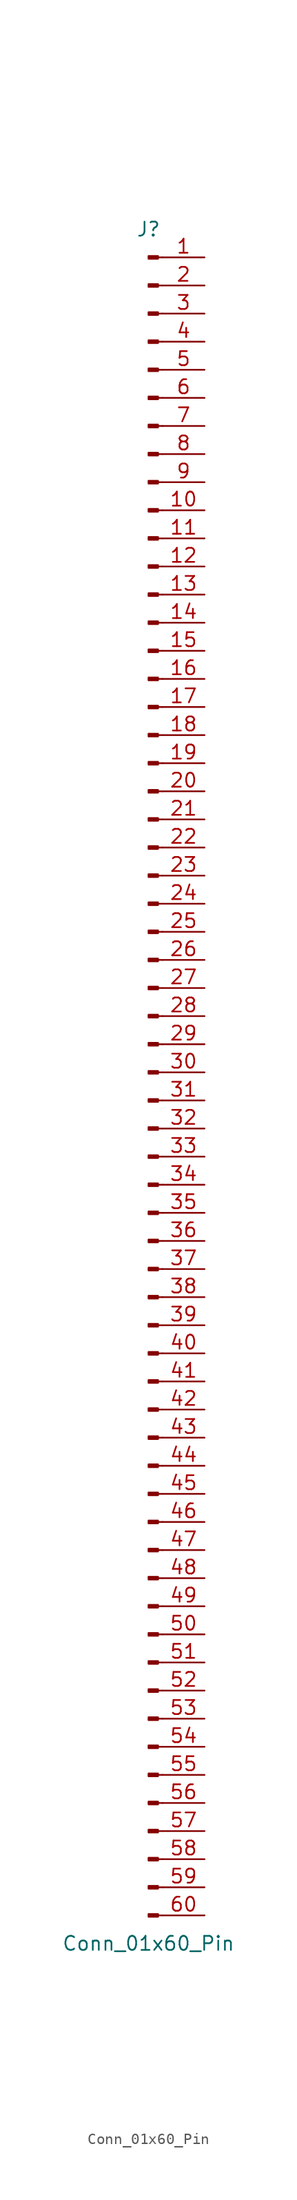
<source format=kicad_sym>
(kicad_symbol_lib
  (version 20220914)
  (generator kicad_symbol_editor)
  (symbol "Conn_01x60_Pin"
    (pin_names
      (offset 1.016) hide)
    (property "Reference" "J"
      (at 0 76.2 0)
      (effects (font (size 1.27 1.27))))
    (property "Value" "Conn_01x60_Pin"
      (at 0 -78.74 0)
      (effects (font (size 1.27 1.27))))
    (property "ki_locked" ""
      (at 0 0 0)
      (effects (font (size 1.27 1.27))))
    (symbol "Conn_01x60_Pin_1_1"
      (polyline (pts (xy 1.27 -76.2) (xy 0.864 -76.2)) (stroke (width 0.152) (type default)) (fill (type none)))
      (polyline (pts (xy 1.27 -73.66) (xy 0.864 -73.66)) (stroke (width 0.152) (type default)) (fill (type none)))
      (polyline (pts (xy 1.27 -71.12) (xy 0.864 -71.12)) (stroke (width 0.152) (type default)) (fill (type none)))
      (polyline (pts (xy 1.27 -68.58) (xy 0.864 -68.58)) (stroke (width 0.152) (type default)) (fill (type none)))
      (polyline (pts (xy 1.27 -66.04) (xy 0.864 -66.04)) (stroke (width 0.152) (type default)) (fill (type none)))
      (polyline (pts (xy 1.27 -63.5) (xy 0.864 -63.5)) (stroke (width 0.152) (type default)) (fill (type none)))
      (polyline (pts (xy 1.27 -60.96) (xy 0.864 -60.96)) (stroke (width 0.152) (type default)) (fill (type none)))
      (polyline (pts (xy 1.27 -58.42) (xy 0.864 -58.42)) (stroke (width 0.152) (type default)) (fill (type none)))
      (polyline (pts (xy 1.27 -55.88) (xy 0.864 -55.88)) (stroke (width 0.152) (type default)) (fill (type none)))
      (polyline (pts (xy 1.27 -53.34) (xy 0.864 -53.34)) (stroke (width 0.152) (type default)) (fill (type none)))
      (polyline (pts (xy 1.27 -50.8) (xy 0.864 -50.8)) (stroke (width 0.152) (type default)) (fill (type none)))
      (polyline (pts (xy 1.27 -48.26) (xy 0.864 -48.26)) (stroke (width 0.152) (type default)) (fill (type none)))
      (polyline (pts (xy 1.27 -45.72) (xy 0.864 -45.72)) (stroke (width 0.152) (type default)) (fill (type none)))
      (polyline (pts (xy 1.27 -43.18) (xy 0.864 -43.18)) (stroke (width 0.152) (type default)) (fill (type none)))
      (polyline (pts (xy 1.27 -40.64) (xy 0.864 -40.64)) (stroke (width 0.152) (type default)) (fill (type none)))
      (polyline (pts (xy 1.27 -38.1) (xy 0.864 -38.1)) (stroke (width 0.152) (type default)) (fill (type none)))
      (polyline (pts (xy 1.27 -35.56) (xy 0.864 -35.56)) (stroke (width 0.152) (type default)) (fill (type none)))
      (polyline (pts (xy 1.27 -33.02) (xy 0.864 -33.02)) (stroke (width 0.152) (type default)) (fill (type none)))
      (polyline (pts (xy 1.27 -30.48) (xy 0.864 -30.48)) (stroke (width 0.152) (type default)) (fill (type none)))
      (polyline (pts (xy 1.27 -27.94) (xy 0.864 -27.94)) (stroke (width 0.152) (type default)) (fill (type none)))
      (polyline (pts (xy 1.27 -25.4) (xy 0.864 -25.4)) (stroke (width 0.152) (type default)) (fill (type none)))
      (polyline (pts (xy 1.27 -22.86) (xy 0.864 -22.86)) (stroke (width 0.152) (type default)) (fill (type none)))
      (polyline (pts (xy 1.27 -20.32) (xy 0.864 -20.32)) (stroke (width 0.152) (type default)) (fill (type none)))
      (polyline (pts (xy 1.27 -17.78) (xy 0.864 -17.78)) (stroke (width 0.152) (type default)) (fill (type none)))
      (polyline (pts (xy 1.27 -15.24) (xy 0.864 -15.24)) (stroke (width 0.152) (type default)) (fill (type none)))
      (polyline (pts (xy 1.27 -12.7) (xy 0.864 -12.7)) (stroke (width 0.152) (type default)) (fill (type none)))
      (polyline (pts (xy 1.27 -10.16) (xy 0.864 -10.16)) (stroke (width 0.152) (type default)) (fill (type none)))
      (polyline (pts (xy 1.27 -7.62) (xy 0.864 -7.62)) (stroke (width 0.152) (type default)) (fill (type none)))
      (polyline (pts (xy 1.27 -5.08) (xy 0.864 -5.08)) (stroke (width 0.152) (type default)) (fill (type none)))
      (polyline (pts (xy 1.27 -2.54) (xy 0.864 -2.54)) (stroke (width 0.152) (type default)) (fill (type none)))
      (polyline (pts (xy 1.27 0) (xy 0.864 0)) (stroke (width 0.152) (type default)) (fill (type none)))
      (polyline (pts (xy 1.27 2.54) (xy 0.864 2.54)) (stroke (width 0.152) (type default)) (fill (type none)))
      (polyline (pts (xy 1.27 5.08) (xy 0.864 5.08)) (stroke (width 0.152) (type default)) (fill (type none)))
      (polyline (pts (xy 1.27 7.62) (xy 0.864 7.62)) (stroke (width 0.152) (type default)) (fill (type none)))
      (polyline (pts (xy 1.27 10.16) (xy 0.864 10.16)) (stroke (width 0.152) (type default)) (fill (type none)))
      (polyline (pts (xy 1.27 12.7) (xy 0.864 12.7)) (stroke (width 0.152) (type default)) (fill (type none)))
      (polyline (pts (xy 1.27 15.24) (xy 0.864 15.24)) (stroke (width 0.152) (type default)) (fill (type none)))
      (polyline (pts (xy 1.27 17.78) (xy 0.864 17.78)) (stroke (width 0.152) (type default)) (fill (type none)))
      (polyline (pts (xy 1.27 20.32) (xy 0.864 20.32)) (stroke (width 0.152) (type default)) (fill (type none)))
      (polyline (pts (xy 1.27 22.86) (xy 0.864 22.86)) (stroke (width 0.152) (type default)) (fill (type none)))
      (polyline (pts (xy 1.27 25.4) (xy 0.864 25.4)) (stroke (width 0.152) (type default)) (fill (type none)))
      (polyline (pts (xy 1.27 27.94) (xy 0.864 27.94)) (stroke (width 0.152) (type default)) (fill (type none)))
      (polyline (pts (xy 1.27 30.48) (xy 0.864 30.48)) (stroke (width 0.152) (type default)) (fill (type none)))
      (polyline (pts (xy 1.27 33.02) (xy 0.864 33.02)) (stroke (width 0.152) (type default)) (fill (type none)))
      (polyline (pts (xy 1.27 35.56) (xy 0.864 35.56)) (stroke (width 0.152) (type default)) (fill (type none)))
      (polyline (pts (xy 1.27 38.1) (xy 0.864 38.1)) (stroke (width 0.152) (type default)) (fill (type none)))
      (polyline (pts (xy 1.27 40.64) (xy 0.864 40.64)) (stroke (width 0.152) (type default)) (fill (type none)))
      (polyline (pts (xy 1.27 43.18) (xy 0.864 43.18)) (stroke (width 0.152) (type default)) (fill (type none)))
      (polyline (pts (xy 1.27 45.72) (xy 0.864 45.72)) (stroke (width 0.152) (type default)) (fill (type none)))
      (polyline (pts (xy 1.27 48.26) (xy 0.864 48.26)) (stroke (width 0.152) (type default)) (fill (type none)))
      (polyline (pts (xy 1.27 50.8) (xy 0.864 50.8)) (stroke (width 0.152) (type default)) (fill (type none)))
      (polyline (pts (xy 1.27 53.34) (xy 0.864 53.34)) (stroke (width 0.152) (type default)) (fill (type none)))
      (polyline (pts (xy 1.27 55.88) (xy 0.864 55.88)) (stroke (width 0.152) (type default)) (fill (type none)))
      (polyline (pts (xy 1.27 58.42) (xy 0.864 58.42)) (stroke (width 0.152) (type default)) (fill (type none)))
      (polyline (pts (xy 1.27 60.96) (xy 0.864 60.96)) (stroke (width 0.152) (type default)) (fill (type none)))
      (polyline (pts (xy 1.27 63.5) (xy 0.864 63.5)) (stroke (width 0.152) (type default)) (fill (type none)))
      (polyline (pts (xy 1.27 66.04) (xy 0.864 66.04)) (stroke (width 0.152) (type default)) (fill (type none)))
      (polyline (pts (xy 1.27 68.58) (xy 0.864 68.58)) (stroke (width 0.152) (type default)) (fill (type none)))
      (polyline (pts (xy 1.27 71.12) (xy 0.864 71.12)) (stroke (width 0.152) (type default)) (fill (type none)))
      (polyline (pts (xy 1.27 73.66) (xy 0.864 73.66)) (stroke (width 0.152) (type default)) (fill (type none)))
      (rectangle (start 0.864 -76.073) (end 0 -76.327) (stroke (width 0.152) (type default)) (fill (type outline)))
      (rectangle (start 0.864 -73.533) (end 0 -73.787) (stroke (width 0.152) (type default)) (fill (type outline)))
      (rectangle (start 0.864 -70.993) (end 0 -71.247) (stroke (width 0.152) (type default)) (fill (type outline)))
      (rectangle (start 0.864 -68.453) (end 0 -68.707) (stroke (width 0.152) (type default)) (fill (type outline)))
      (rectangle (start 0.864 -65.913) (end 0 -66.167) (stroke (width 0.152) (type default)) (fill (type outline)))
      (rectangle (start 0.864 -63.373) (end 0 -63.627) (stroke (width 0.152) (type default)) (fill (type outline)))
      (rectangle (start 0.864 -60.833) (end 0 -61.087) (stroke (width 0.152) (type default)) (fill (type outline)))
      (rectangle (start 0.864 -58.293) (end 0 -58.547) (stroke (width 0.152) (type default)) (fill (type outline)))
      (rectangle (start 0.864 -55.753) (end 0 -56.007) (stroke (width 0.152) (type default)) (fill (type outline)))
      (rectangle (start 0.864 -53.213) (end 0 -53.467) (stroke (width 0.152) (type default)) (fill (type outline)))
      (rectangle (start 0.864 -50.673) (end 0 -50.927) (stroke (width 0.152) (type default)) (fill (type outline)))
      (rectangle (start 0.864 -48.133) (end 0 -48.387) (stroke (width 0.152) (type default)) (fill (type outline)))
      (rectangle (start 0.864 -45.593) (end 0 -45.847) (stroke (width 0.152) (type default)) (fill (type outline)))
      (rectangle (start 0.864 -43.053) (end 0 -43.307) (stroke (width 0.152) (type default)) (fill (type outline)))
      (rectangle (start 0.864 -40.513) (end 0 -40.767) (stroke (width 0.152) (type default)) (fill (type outline)))
      (rectangle (start 0.864 -37.973) (end 0 -38.227) (stroke (width 0.152) (type default)) (fill (type outline)))
      (rectangle (start 0.864 -35.433) (end 0 -35.687) (stroke (width 0.152) (type default)) (fill (type outline)))
      (rectangle (start 0.864 -32.893) (end 0 -33.147) (stroke (width 0.152) (type default)) (fill (type outline)))
      (rectangle (start 0.864 -30.353) (end 0 -30.607) (stroke (width 0.152) (type default)) (fill (type outline)))
      (rectangle (start 0.864 -27.813) (end 0 -28.067) (stroke (width 0.152) (type default)) (fill (type outline)))
      (rectangle (start 0.864 -25.273) (end 0 -25.527) (stroke (width 0.152) (type default)) (fill (type outline)))
      (rectangle (start 0.864 -22.733) (end 0 -22.987) (stroke (width 0.152) (type default)) (fill (type outline)))
      (rectangle (start 0.864 -20.193) (end 0 -20.447) (stroke (width 0.152) (type default)) (fill (type outline)))
      (rectangle (start 0.864 -17.653) (end 0 -17.907) (stroke (width 0.152) (type default)) (fill (type outline)))
      (rectangle (start 0.864 -15.113) (end 0 -15.367) (stroke (width 0.152) (type default)) (fill (type outline)))
      (rectangle (start 0.864 -12.573) (end 0 -12.827) (stroke (width 0.152) (type default)) (fill (type outline)))
      (rectangle (start 0.864 -10.033) (end 0 -10.287) (stroke (width 0.152) (type default)) (fill (type outline)))
      (rectangle (start 0.864 -7.493) (end 0 -7.747) (stroke (width 0.152) (type default)) (fill (type outline)))
      (rectangle (start 0.864 -4.953) (end 0 -5.207) (stroke (width 0.152) (type default)) (fill (type outline)))
      (rectangle (start 0.864 -2.413) (end 0 -2.667) (stroke (width 0.152) (type default)) (fill (type outline)))
      (rectangle (start 0.864 0.127) (end 0 -0.127) (stroke (width 0.152) (type default)) (fill (type outline)))
      (rectangle (start 0.864 2.667) (end 0 2.413) (stroke (width 0.152) (type default)) (fill (type outline)))
      (rectangle (start 0.864 5.207) (end 0 4.953) (stroke (width 0.152) (type default)) (fill (type outline)))
      (rectangle (start 0.864 7.747) (end 0 7.493) (stroke (width 0.152) (type default)) (fill (type outline)))
      (rectangle (start 0.864 10.287) (end 0 10.033) (stroke (width 0.152) (type default)) (fill (type outline)))
      (rectangle (start 0.864 12.827) (end 0 12.573) (stroke (width 0.152) (type default)) (fill (type outline)))
      (rectangle (start 0.864 15.367) (end 0 15.113) (stroke (width 0.152) (type default)) (fill (type outline)))
      (rectangle (start 0.864 17.907) (end 0 17.653) (stroke (width 0.152) (type default)) (fill (type outline)))
      (rectangle (start 0.864 20.447) (end 0 20.193) (stroke (width 0.152) (type default)) (fill (type outline)))
      (rectangle (start 0.864 22.987) (end 0 22.733) (stroke (width 0.152) (type default)) (fill (type outline)))
      (rectangle (start 0.864 25.527) (end 0 25.273) (stroke (width 0.152) (type default)) (fill (type outline)))
      (rectangle (start 0.864 28.067) (end 0 27.813) (stroke (width 0.152) (type default)) (fill (type outline)))
      (rectangle (start 0.864 30.607) (end 0 30.353) (stroke (width 0.152) (type default)) (fill (type outline)))
      (rectangle (start 0.864 33.147) (end 0 32.893) (stroke (width 0.152) (type default)) (fill (type outline)))
      (rectangle (start 0.864 35.687) (end 0 35.433) (stroke (width 0.152) (type default)) (fill (type outline)))
      (rectangle (start 0.864 38.227) (end 0 37.973) (stroke (width 0.152) (type default)) (fill (type outline)))
      (rectangle (start 0.864 40.767) (end 0 40.513) (stroke (width 0.152) (type default)) (fill (type outline)))
      (rectangle (start 0.864 43.307) (end 0 43.053) (stroke (width 0.152) (type default)) (fill (type outline)))
      (rectangle (start 0.864 45.847) (end 0 45.593) (stroke (width 0.152) (type default)) (fill (type outline)))
      (rectangle (start 0.864 48.387) (end 0 48.133) (stroke (width 0.152) (type default)) (fill (type outline)))
      (rectangle (start 0.864 50.927) (end 0 50.673) (stroke (width 0.152) (type default)) (fill (type outline)))
      (rectangle (start 0.864 53.467) (end 0 53.213) (stroke (width 0.152) (type default)) (fill (type outline)))
      (rectangle (start 0.864 56.007) (end 0 55.753) (stroke (width 0.152) (type default)) (fill (type outline)))
      (rectangle (start 0.864 58.547) (end 0 58.293) (stroke (width 0.152) (type default)) (fill (type outline)))
      (rectangle (start 0.864 61.087) (end 0 60.833) (stroke (width 0.152) (type default)) (fill (type outline)))
      (rectangle (start 0.864 63.627) (end 0 63.373) (stroke (width 0.152) (type default)) (fill (type outline)))
      (rectangle (start 0.864 66.167) (end 0 65.913) (stroke (width 0.152) (type default)) (fill (type outline)))
      (rectangle (start 0.864 68.707) (end 0 68.453) (stroke (width 0.152) (type default)) (fill (type outline)))
      (rectangle (start 0.864 71.247) (end 0 70.993) (stroke (width 0.152) (type default)) (fill (type outline)))
      (rectangle (start 0.864 73.787) (end 0 73.533) (stroke (width 0.152) (type default)) (fill (type outline)))
      (pin passive line (at 5.08 73.66 180) (length 3.81) (name "Pin_1" (effects (font (size 1.27 1.27)))) (number "1" (effects (font (size 1.27 1.27)))))
      (pin passive line (at 5.08 50.8 180) (length 3.81) (name "Pin_10" (effects (font (size 1.27 1.27)))) (number "10" (effects (font (size 1.27 1.27)))))
      (pin passive line (at 5.08 48.26 180) (length 3.81) (name "Pin_11" (effects (font (size 1.27 1.27)))) (number "11" (effects (font (size 1.27 1.27)))))
      (pin passive line (at 5.08 45.72 180) (length 3.81) (name "Pin_12" (effects (font (size 1.27 1.27)))) (number "12" (effects (font (size 1.27 1.27)))))
      (pin passive line (at 5.08 43.18 180) (length 3.81) (name "Pin_13" (effects (font (size 1.27 1.27)))) (number "13" (effects (font (size 1.27 1.27)))))
      (pin passive line (at 5.08 40.64 180) (length 3.81) (name "Pin_14" (effects (font (size 1.27 1.27)))) (number "14" (effects (font (size 1.27 1.27)))))
      (pin passive line (at 5.08 38.1 180) (length 3.81) (name "Pin_15" (effects (font (size 1.27 1.27)))) (number "15" (effects (font (size 1.27 1.27)))))
      (pin passive line (at 5.08 35.56 180) (length 3.81) (name "Pin_16" (effects (font (size 1.27 1.27)))) (number "16" (effects (font (size 1.27 1.27)))))
      (pin passive line (at 5.08 33.02 180) (length 3.81) (name "Pin_17" (effects (font (size 1.27 1.27)))) (number "17" (effects (font (size 1.27 1.27)))))
      (pin passive line (at 5.08 30.48 180) (length 3.81) (name "Pin_18" (effects (font (size 1.27 1.27)))) (number "18" (effects (font (size 1.27 1.27)))))
      (pin passive line (at 5.08 27.94 180) (length 3.81) (name "Pin_19" (effects (font (size 1.27 1.27)))) (number "19" (effects (font (size 1.27 1.27)))))
      (pin passive line (at 5.08 71.12 180) (length 3.81) (name "Pin_2" (effects (font (size 1.27 1.27)))) (number "2" (effects (font (size 1.27 1.27)))))
      (pin passive line (at 5.08 25.4 180) (length 3.81) (name "Pin_20" (effects (font (size 1.27 1.27)))) (number "20" (effects (font (size 1.27 1.27)))))
      (pin passive line (at 5.08 22.86 180) (length 3.81) (name "Pin_21" (effects (font (size 1.27 1.27)))) (number "21" (effects (font (size 1.27 1.27)))))
      (pin passive line (at 5.08 20.32 180) (length 3.81) (name "Pin_22" (effects (font (size 1.27 1.27)))) (number "22" (effects (font (size 1.27 1.27)))))
      (pin passive line (at 5.08 17.78 180) (length 3.81) (name "Pin_23" (effects (font (size 1.27 1.27)))) (number "23" (effects (font (size 1.27 1.27)))))
      (pin passive line (at 5.08 15.24 180) (length 3.81) (name "Pin_24" (effects (font (size 1.27 1.27)))) (number "24" (effects (font (size 1.27 1.27)))))
      (pin passive line (at 5.08 12.7 180) (length 3.81) (name "Pin_25" (effects (font (size 1.27 1.27)))) (number "25" (effects (font (size 1.27 1.27)))))
      (pin passive line (at 5.08 10.16 180) (length 3.81) (name "Pin_26" (effects (font (size 1.27 1.27)))) (number "26" (effects (font (size 1.27 1.27)))))
      (pin passive line (at 5.08 7.62 180) (length 3.81) (name "Pin_27" (effects (font (size 1.27 1.27)))) (number "27" (effects (font (size 1.27 1.27)))))
      (pin passive line (at 5.08 5.08 180) (length 3.81) (name "Pin_28" (effects (font (size 1.27 1.27)))) (number "28" (effects (font (size 1.27 1.27)))))
      (pin passive line (at 5.08 2.54 180) (length 3.81) (name "Pin_29" (effects (font (size 1.27 1.27)))) (number "29" (effects (font (size 1.27 1.27)))))
      (pin passive line (at 5.08 68.58 180) (length 3.81) (name "Pin_3" (effects (font (size 1.27 1.27)))) (number "3" (effects (font (size 1.27 1.27)))))
      (pin passive line (at 5.08 0 180) (length 3.81) (name "Pin_30" (effects (font (size 1.27 1.27)))) (number "30" (effects (font (size 1.27 1.27)))))
      (pin passive line (at 5.08 -2.54 180) (length 3.81) (name "Pin_31" (effects (font (size 1.27 1.27)))) (number "31" (effects (font (size 1.27 1.27)))))
      (pin passive line (at 5.08 -5.08 180) (length 3.81) (name "Pin_32" (effects (font (size 1.27 1.27)))) (number "32" (effects (font (size 1.27 1.27)))))
      (pin passive line (at 5.08 -7.62 180) (length 3.81) (name "Pin_33" (effects (font (size 1.27 1.27)))) (number "33" (effects (font (size 1.27 1.27)))))
      (pin passive line (at 5.08 -10.16 180) (length 3.81) (name "Pin_34" (effects (font (size 1.27 1.27)))) (number "34" (effects (font (size 1.27 1.27)))))
      (pin passive line (at 5.08 -12.7 180) (length 3.81) (name "Pin_35" (effects (font (size 1.27 1.27)))) (number "35" (effects (font (size 1.27 1.27)))))
      (pin passive line (at 5.08 -15.24 180) (length 3.81) (name "Pin_36" (effects (font (size 1.27 1.27)))) (number "36" (effects (font (size 1.27 1.27)))))
      (pin passive line (at 5.08 -17.78 180) (length 3.81) (name "Pin_37" (effects (font (size 1.27 1.27)))) (number "37" (effects (font (size 1.27 1.27)))))
      (pin passive line (at 5.08 -20.32 180) (length 3.81) (name "Pin_38" (effects (font (size 1.27 1.27)))) (number "38" (effects (font (size 1.27 1.27)))))
      (pin passive line (at 5.08 -22.86 180) (length 3.81) (name "Pin_39" (effects (font (size 1.27 1.27)))) (number "39" (effects (font (size 1.27 1.27)))))
      (pin passive line (at 5.08 66.04 180) (length 3.81) (name "Pin_4" (effects (font (size 1.27 1.27)))) (number "4" (effects (font (size 1.27 1.27)))))
      (pin passive line (at 5.08 -25.4 180) (length 3.81) (name "Pin_40" (effects (font (size 1.27 1.27)))) (number "40" (effects (font (size 1.27 1.27)))))
      (pin passive line (at 5.08 -27.94 180) (length 3.81) (name "Pin_41" (effects (font (size 1.27 1.27)))) (number "41" (effects (font (size 1.27 1.27)))))
      (pin passive line (at 5.08 -30.48 180) (length 3.81) (name "Pin_42" (effects (font (size 1.27 1.27)))) (number "42" (effects (font (size 1.27 1.27)))))
      (pin passive line (at 5.08 -33.02 180) (length 3.81) (name "Pin_43" (effects (font (size 1.27 1.27)))) (number "43" (effects (font (size 1.27 1.27)))))
      (pin passive line (at 5.08 -35.56 180) (length 3.81) (name "Pin_44" (effects (font (size 1.27 1.27)))) (number "44" (effects (font (size 1.27 1.27)))))
      (pin passive line (at 5.08 -38.1 180) (length 3.81) (name "Pin_45" (effects (font (size 1.27 1.27)))) (number "45" (effects (font (size 1.27 1.27)))))
      (pin passive line (at 5.08 -40.64 180) (length 3.81) (name "Pin_46" (effects (font (size 1.27 1.27)))) (number "46" (effects (font (size 1.27 1.27)))))
      (pin passive line (at 5.08 -43.18 180) (length 3.81) (name "Pin_47" (effects (font (size 1.27 1.27)))) (number "47" (effects (font (size 1.27 1.27)))))
      (pin passive line (at 5.08 -45.72 180) (length 3.81) (name "Pin_48" (effects (font (size 1.27 1.27)))) (number "48" (effects (font (size 1.27 1.27)))))
      (pin passive line (at 5.08 -48.26 180) (length 3.81) (name "Pin_49" (effects (font (size 1.27 1.27)))) (number "49" (effects (font (size 1.27 1.27)))))
      (pin passive line (at 5.08 63.5 180) (length 3.81) (name "Pin_5" (effects (font (size 1.27 1.27)))) (number "5" (effects (font (size 1.27 1.27)))))
      (pin passive line (at 5.08 -50.8 180) (length 3.81) (name "Pin_50" (effects (font (size 1.27 1.27)))) (number "50" (effects (font (size 1.27 1.27)))))
      (pin passive line (at 5.08 -53.34 180) (length 3.81) (name "Pin_51" (effects (font (size 1.27 1.27)))) (number "51" (effects (font (size 1.27 1.27)))))
      (pin passive line (at 5.08 -55.88 180) (length 3.81) (name "Pin_52" (effects (font (size 1.27 1.27)))) (number "52" (effects (font (size 1.27 1.27)))))
      (pin passive line (at 5.08 -58.42 180) (length 3.81) (name "Pin_53" (effects (font (size 1.27 1.27)))) (number "53" (effects (font (size 1.27 1.27)))))
      (pin passive line (at 5.08 -60.96 180) (length 3.81) (name "Pin_54" (effects (font (size 1.27 1.27)))) (number "54" (effects (font (size 1.27 1.27)))))
      (pin passive line (at 5.08 -63.5 180) (length 3.81) (name "Pin_55" (effects (font (size 1.27 1.27)))) (number "55" (effects (font (size 1.27 1.27)))))
      (pin passive line (at 5.08 -66.04 180) (length 3.81) (name "Pin_56" (effects (font (size 1.27 1.27)))) (number "56" (effects (font (size 1.27 1.27)))))
      (pin passive line (at 5.08 -68.58 180) (length 3.81) (name "Pin_57" (effects (font (size 1.27 1.27)))) (number "57" (effects (font (size 1.27 1.27)))))
      (pin passive line (at 5.08 -71.12 180) (length 3.81) (name "Pin_58" (effects (font (size 1.27 1.27)))) (number "58" (effects (font (size 1.27 1.27)))))
      (pin passive line (at 5.08 -73.66 180) (length 3.81) (name "Pin_59" (effects (font (size 1.27 1.27)))) (number "59" (effects (font (size 1.27 1.27)))))
      (pin passive line (at 5.08 60.96 180) (length 3.81) (name "Pin_6" (effects (font (size 1.27 1.27)))) (number "6" (effects (font (size 1.27 1.27)))))
      (pin passive line (at 5.08 -76.2 180) (length 3.81) (name "Pin_60" (effects (font (size 1.27 1.27)))) (number "60" (effects (font (size 1.27 1.27)))))
      (pin passive line (at 5.08 58.42 180) (length 3.81) (name "Pin_7" (effects (font (size 1.27 1.27)))) (number "7" (effects (font (size 1.27 1.27)))))
      (pin passive line (at 5.08 55.88 180) (length 3.81) (name "Pin_8" (effects (font (size 1.27 1.27)))) (number "8" (effects (font (size 1.27 1.27)))))
      (pin passive line (at 5.08 53.34 180) (length 3.81) (name "Pin_9" (effects (font (size 1.27 1.27)))) (number "9" (effects (font (size 1.27 1.27))))))))
</source>
